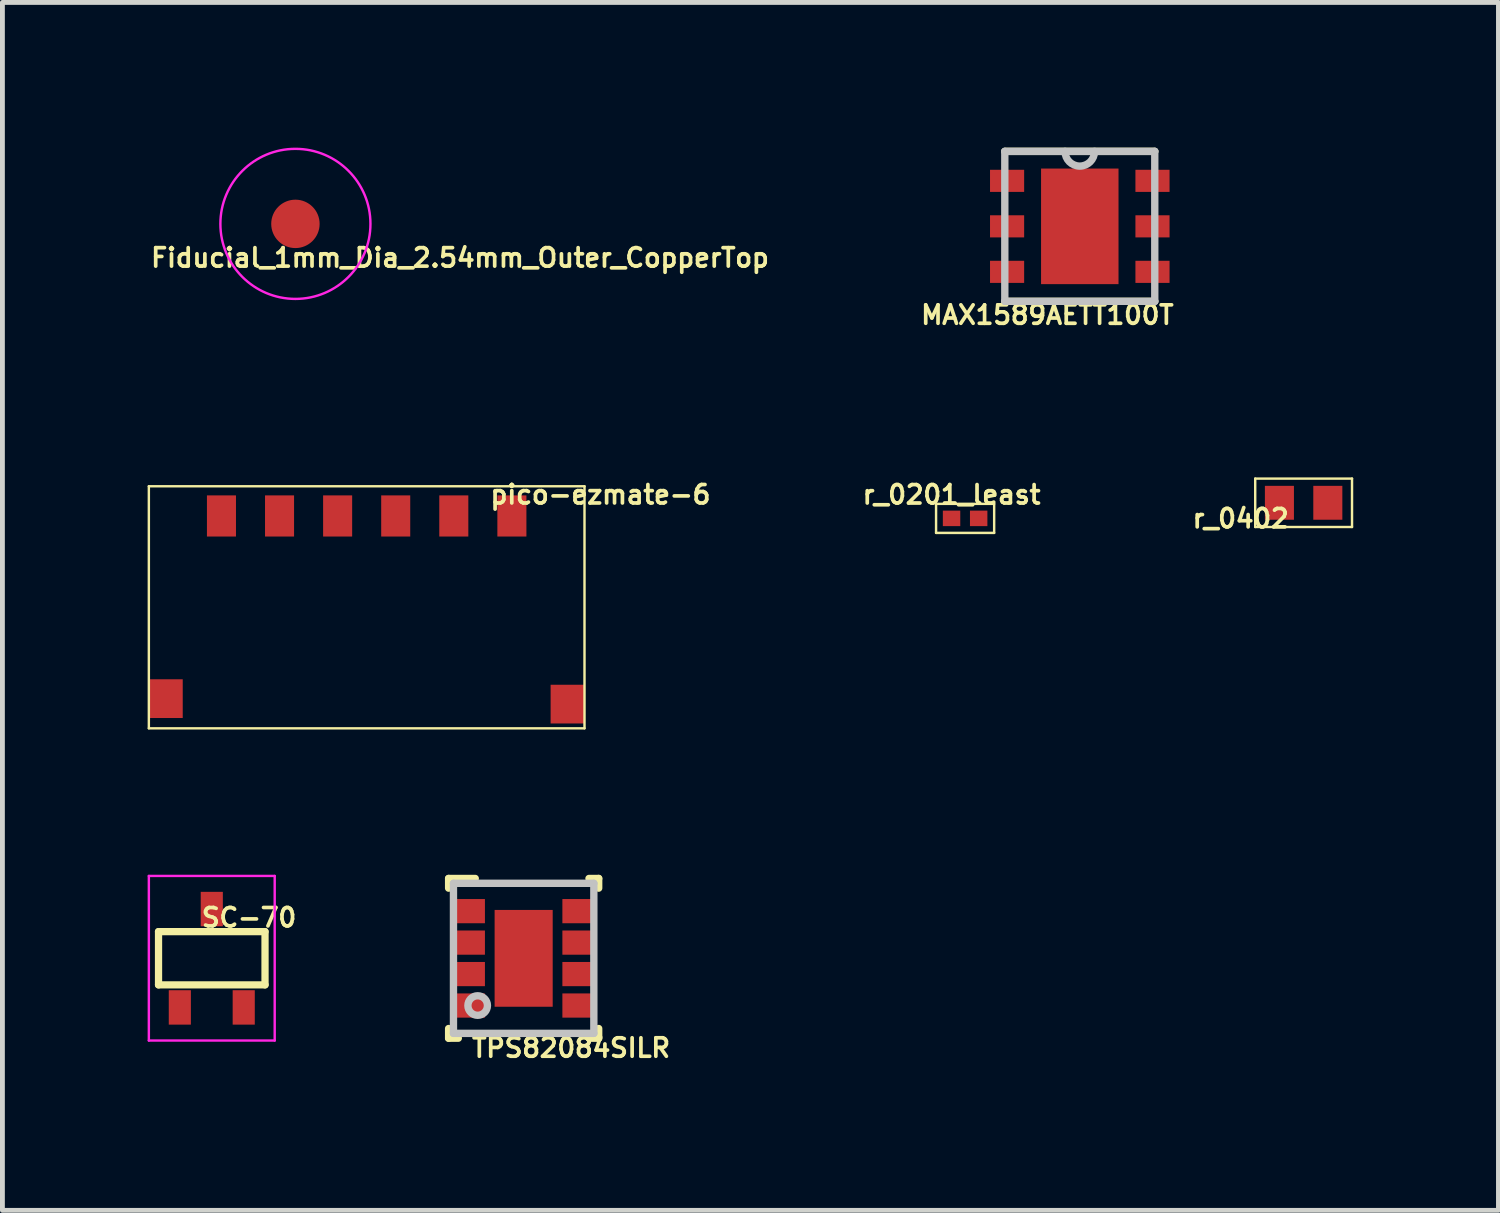
<source format=kicad_pcb>
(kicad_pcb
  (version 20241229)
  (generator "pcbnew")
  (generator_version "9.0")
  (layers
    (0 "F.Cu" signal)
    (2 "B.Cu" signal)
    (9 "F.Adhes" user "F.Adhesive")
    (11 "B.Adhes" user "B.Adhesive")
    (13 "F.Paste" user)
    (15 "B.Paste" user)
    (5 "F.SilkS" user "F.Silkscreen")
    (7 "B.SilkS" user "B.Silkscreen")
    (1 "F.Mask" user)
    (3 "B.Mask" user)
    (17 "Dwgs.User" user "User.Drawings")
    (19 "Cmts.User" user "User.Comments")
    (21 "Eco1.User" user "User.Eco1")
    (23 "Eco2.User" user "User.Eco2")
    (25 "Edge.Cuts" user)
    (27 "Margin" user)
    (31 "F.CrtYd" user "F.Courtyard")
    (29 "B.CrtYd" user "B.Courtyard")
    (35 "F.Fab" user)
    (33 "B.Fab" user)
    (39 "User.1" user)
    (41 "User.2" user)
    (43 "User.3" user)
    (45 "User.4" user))
  (footprint "pico-ezmate-6"
    (layer "F.Cu")
    (at 4.525 9.496)
    (property "Reference" "pico-ezmate-6" (at 4.83 -2.328 0) (layer "F.SilkS") (effects (font (size 0.381 0.381) (thickness 0.076))))
    (attr through_hole)
    (fp_line (start -4.5 -2.5) (end 4.5 -2.5) (stroke (width 0.05) (type solid)) (layer "F.SilkS"))
    (fp_line (start -4.5 2.5) (end -4.5 -2.5) (stroke (width 0.05) (type solid)) (layer "F.SilkS"))
    (fp_line (start 4.5 -2.5) (end 4.5 2.5) (stroke (width 0.05) (type solid)) (layer "F.SilkS"))
    (fp_line (start 4.5 2.5) (end -4.5 2.5) (stroke (width 0.05) (type solid)) (layer "F.SilkS"))
    (pad "1" smd rect (at -3 -1.887) (size 0.6 0.85) (layers "F.Cu" "F.Mask" "F.Paste"))
    (pad "2" smd rect (at -1.8 -1.887) (size 0.6 0.85) (layers "F.Cu" "F.Mask" "F.Paste"))
    (pad "3" smd rect (at -0.6 -1.887) (size 0.6 0.85) (layers "F.Cu" "F.Mask" "F.Paste"))
    (pad "4" smd rect (at 0.6 -1.887) (size 0.6 0.85) (layers "F.Cu" "F.Mask" "F.Paste"))
    (pad "5" smd rect (at 1.8 -1.887) (size 0.6 0.85) (layers "F.Cu" "F.Mask" "F.Paste"))
    (pad "6" smd rect (at 3 -1.887) (size 0.6 0.85) (layers "F.Cu" "F.Mask" "F.Paste"))
    (pad "P" smd rect (at -4.15 1.887) (size 0.7 0.8) (layers "F.Cu" "F.Mask" "F.Paste"))
    (pad "P" smd rect (at 4.15 2) (size 0.7 0.8) (layers "F.Cu" "F.Mask" "F.Paste")))
  (footprint "r_0402"
    (layer "F.Cu")
    (at 23.881 7.337)
    (property "Reference" "r_0402" (at -1.3 0.325 0) (layer "F.SilkS") (effects (font (size 0.381 0.381) (thickness 0.076))))
    (attr smd)
    (fp_line (start -1 -0.5) (end 1 -0.5) (stroke (width 0.05) (type solid)) (layer "F.SilkS"))
    (fp_line (start -1 0.5) (end -1 -0.5) (stroke (width 0.05) (type solid)) (layer "F.SilkS"))
    (fp_line (start 1 -0.5) (end 1 0.5) (stroke (width 0.05) (type solid)) (layer "F.SilkS"))
    (fp_line (start 1 0.5) (end -1 0.5) (stroke (width 0.05) (type solid)) (layer "F.SilkS"))
    (pad "1" smd rect (at -0.5 0) (size 0.6 0.7) (layers "F.Cu" "F.Mask" "F.Paste"))
    (pad "2" smd rect (at 0.5 0) (size 0.6 0.7) (layers "F.Cu" "F.Mask" "F.Paste")))
  (footprint "r_0201_least"
    (layer "F.Cu")
    (at 16.888 7.659)
    (property "Reference" "r_0201_least" (at -0.28 -0.49 0) (layer "F.SilkS") (effects (font (size 0.381 0.381) (thickness 0.076))))
    (attr smd)
    (fp_line (start -0.6 -0.3) (end 0.6 -0.3) (stroke (width 0.05) (type solid)) (layer "F.SilkS"))
    (fp_line (start -0.6 0.3) (end -0.6 -0.3) (stroke (width 0.05) (type solid)) (layer "F.SilkS"))
    (fp_line (start 0.6 -0.3) (end 0.6 0.3) (stroke (width 0.05) (type solid)) (layer "F.SilkS"))
    (fp_line (start 0.6 0.3) (end -0.6 0.3) (stroke (width 0.05) (type solid)) (layer "F.SilkS"))
    (pad "1" smd rect (at -0.28 0) (size 0.36 0.32) (layers "F.Cu" "F.Mask" "F.Paste"))
    (pad "2" smd rect (at 0.28 0) (size 0.36 0.32) (layers "F.Cu" "F.Mask" "F.Paste")))
  (footprint "TPS82084SILR"
    (layer "F.Cu")
    (at 7.768 16.748)
    (property "Reference" "TPS82084SILR" (at 0.98 1.85 0) (layer "F.SilkS") (effects (font (size 0.381 0.381) (thickness 0.076))))
    (attr through_hole)
    (fp_line (start -1.55 -1.65) (end -1 -1.65) (stroke (width 0.152) (type solid)) (layer "F.SilkS"))
    (fp_line (start -1.55 -1.45) (end -1.55 -1.65) (stroke (width 0.152) (type solid)) (layer "F.SilkS"))
    (fp_line (start -1.55 1.65) (end -1.55 1.45) (stroke (width 0.152) (type solid)) (layer "F.SilkS"))
    (fp_line (start -1.55 1.65) (end -1.35 1.65) (stroke (width 0.152) (type solid)) (layer "F.SilkS"))
    (fp_line (start 1.35 -1.65) (end 1.55 -1.65) (stroke (width 0.152) (type solid)) (layer "F.SilkS"))
    (fp_line (start 1.35 1.65) (end 1.55 1.65) (stroke (width 0.152) (type solid)) (layer "F.SilkS"))
    (fp_line (start 1.55 -1.45) (end 1.55 -1.65) (stroke (width 0.152) (type solid)) (layer "F.SilkS"))
    (fp_line (start 1.55 1.65) (end 1.55 1.45) (stroke (width 0.152) (type solid)) (layer "F.SilkS"))
    (fp_line (start -1.45 -1.55) (end 1.45 -1.55) (stroke (width 0.152) (type solid)) (layer "Dwgs.User"))
    (fp_line (start -1.45 1.55) (end -1.45 -1.55) (stroke (width 0.152) (type solid)) (layer "Dwgs.User"))
    (fp_line (start -1.45 1.55) (end 1.45 1.55) (stroke (width 0.152) (type solid)) (layer "Dwgs.User"))
    (fp_line (start 1.45 1.55) (end 1.45 -1.55) (stroke (width 0.152) (type solid)) (layer "Dwgs.User"))
    (fp_circle (center -0.95 0.975) (end -0.748 0.975) (stroke (width 0.152) (type solid)) (fill no) (layer "Dwgs.User"))
    (pad "" smd rect (at -1.1 -0.975) (size 0.5 0.4) (layers "F.Mask"))
    (pad "" smd rect (at -1.1 -0.975) (size 0.5 0.4) (layers "F.Paste"))
    (pad "" smd rect (at -1.1 -0.325) (size 0.5 0.4) (layers "F.Mask"))
    (pad "" smd rect (at -1.1 -0.325) (size 0.5 0.4) (layers "F.Paste"))
    (pad "" smd rect (at -1.1 0.325) (size 0.5 0.4) (layers "F.Mask"))
    (pad "" smd rect (at -1.1 0.325) (size 0.5 0.4) (layers "F.Paste"))
    (pad "" smd rect (at -1.1 0.975) (size 0.5 0.4) (layers "F.Mask"))
    (pad "" smd rect (at -1.1 0.975) (size 0.5 0.4) (layers "F.Paste"))
    (pad "" smd rect (at 0 0) (size 0.000003 0.8) (layers "F.Paste"))
    (pad "" smd rect (at 0 0) (size 1.1 1.9) (layers "F.Mask" "F.Paste"))
    (pad "" smd rect (at 1.1 -0.975) (size 0.5 0.4) (layers "F.Mask"))
    (pad "" smd rect (at 1.1 -0.975) (size 0.5 0.4) (layers "F.Paste"))
    (pad "" smd rect (at 1.1 -0.325) (size 0.5 0.4) (layers "F.Mask"))
    (pad "" smd rect (at 1.1 -0.325) (size 0.5 0.4) (layers "F.Paste"))
    (pad "" smd rect (at 1.1 0.325) (size 0.5 0.4) (layers "F.Mask"))
    (pad "" smd rect (at 1.1 0.325) (size 0.5 0.4) (layers "F.Paste"))
    (pad "" smd rect (at 1.1 0.975) (size 0.5 0.4) (layers "F.Mask"))
    (pad "" smd rect (at 1.1 0.975) (size 0.5 0.4) (layers "F.Paste"))
    (pad "1" smd rect (at -1.1 -0.975) (size 0.6 0.5) (layers "F.Cu"))
    (pad "2" smd rect (at -1.1 -0.325) (size 0.6 0.5) (layers "F.Cu"))
    (pad "3" smd rect (at -1.1 0.325) (size 0.6 0.5) (layers "F.Cu"))
    (pad "4" smd rect (at -1.1 0.975) (size 0.6 0.5) (layers "F.Cu"))
    (pad "5" smd rect (at 1.1 0.975) (size 0.6 0.5) (layers "F.Cu"))
    (pad "6" smd rect (at 1.1 0.325) (size 0.6 0.5) (layers "F.Cu"))
    (pad "7" smd rect (at 1.1 -0.325) (size 0.6 0.5) (layers "F.Cu"))
    (pad "8" smd rect (at 1.1 -0.975) (size 0.6 0.5) (layers "F.Cu"))
    (pad "9" smd rect (at 0 0) (size 1.2 2) (layers "F.Cu")))
  (footprint "Fiducial_1mm_Dia_2.54mm_Outer_CopperTop"
    (layer "F.Cu")
    (at 3.053 1.575)
    (property "Reference" "Fiducial_1mm_Dia_2.54mm_Outer_CopperTop" (at 3.4 0.7 0) (layer "F.SilkS") (effects (font (size 0.381 0.381) (thickness 0.076))))
    (attr exclude_from_pos_files exclude_from_bom)
    (fp_circle (center 0 0) (end 1.55 0) (stroke (width 0.05) (type solid)) (fill no) (layer "F.CrtYd"))
    (pad "~" smd circle (at 0 0) (size 1 1) (layers "F.Cu" "F.Mask")))
  (footprint "MAX1589AETT100T"
    (layer "F.Cu")
    (at 19.257 1.626)
    (property "Reference" "MAX1589AETT100T" (at -0.67 1.83 0) (layer "F.SilkS") (effects (font (size 0.381 0.381) (thickness 0.076))))
    (attr through_hole)
    (fp_line (start -1.549 1.549) (end 1.549 1.549) (stroke (width 0.152) (type solid)) (layer "F.SilkS"))
    (fp_line (start 1.549 -1.549) (end -1.549 -1.549) (stroke (width 0.152) (type solid)) (layer "F.SilkS"))
    (fp_line (start -1.549 -1.549) (end -1.549 1.549) (stroke (width 0.152) (type solid)) (layer "Dwgs.User"))
    (fp_line (start -1.549 1.549) (end 1.549 1.549) (stroke (width 0.152) (type solid)) (layer "Dwgs.User"))
    (fp_line (start 1.549 -1.549) (end -1.549 -1.549) (stroke (width 0.152) (type solid)) (layer "Dwgs.User"))
    (fp_line (start 1.549 1.549) (end 1.549 -1.549) (stroke (width 0.152) (type solid)) (layer "Dwgs.User"))
    (fp_arc (start 0.3048 -1.5494) (mid 0 -1.2446) (end -0.3048 -1.5494) (stroke (width 0.1524) (type solid)) (layer "Dwgs.User"))
    (pad "" smd rect (at 0 0) (size 0.025 0.025) (layers "F.Paste"))
    (pad "1" smd rect (at -1.502 -0.94) (size 0.705 0.457) (layers "F.Cu" "F.Mask" "F.Paste"))
    (pad "2" smd rect (at -1.502 0) (size 0.705 0.457) (layers "F.Cu" "F.Mask" "F.Paste"))
    (pad "3" smd rect (at -1.502 0.94) (size 0.705 0.457) (layers "F.Cu" "F.Mask" "F.Paste"))
    (pad "4" smd rect (at 1.502 0.94) (size 0.705 0.457) (layers "F.Cu" "F.Mask" "F.Paste"))
    (pad "5" smd rect (at 1.502 0) (size 0.705 0.457) (layers "F.Cu" "F.Mask" "F.Paste"))
    (pad "6" smd rect (at 1.502 -0.94) (size 0.705 0.457) (layers "F.Cu" "F.Mask" "F.Paste"))
    (pad "7" smd rect (at 0 0) (size 1.6 2.388) (layers "F.Cu" "F.Mask" "F.Paste")))
  (footprint "SC-70"
    (layer "F.Cu")
    (at 1.325 16.746)
    (property "Reference" "SC-70" (at 0.77 -0.84 0) (layer "F.SilkS") (effects (font (size 0.381 0.381) (thickness 0.076))))
    (attr smd)
    (fp_line (start -1.1 -0.55) (end -1.1 0.55) (stroke (width 0.15) (type solid)) (layer "F.SilkS"))
    (fp_line (start -1.1 0.55) (end 1.1 0.55) (stroke (width 0.15) (type solid)) (layer "F.SilkS"))
    (fp_line (start -1.05 -0.55) (end -1.1 -0.55) (stroke (width 0.15) (type solid)) (layer "F.SilkS"))
    (fp_line (start 1.1 -0.55) (end -1.05 -0.55) (stroke (width 0.15) (type solid)) (layer "F.SilkS"))
    (fp_line (start 1.1 0.55) (end 1.1 -0.55) (stroke (width 0.15) (type solid)) (layer "F.SilkS"))
    (fp_line (start -1.3 -1.7) (end 1.3 -1.7) (stroke (width 0.05) (type solid)) (layer "F.CrtYd"))
    (fp_line (start -1.3 1.7) (end -1.3 -1.7) (stroke (width 0.05) (type solid)) (layer "F.CrtYd"))
    (fp_line (start 1.3 -1.7) (end 1.3 1.7) (stroke (width 0.05) (type solid)) (layer "F.CrtYd"))
    (fp_line (start 1.3 1.7) (end -1.3 1.7) (stroke (width 0.05) (type solid)) (layer "F.CrtYd"))
    (pad "1" smd rect (at -0.66 1.016) (size 0.457 0.711) (layers "F.Cu" "F.Mask" "F.Paste"))
    (pad "2" smd rect (at 0.66 1.016) (size 0.457 0.711) (layers "F.Cu" "F.Mask" "F.Paste"))
    (pad "3" smd rect (at 0 -1.016) (size 0.457 0.711) (layers "F.Cu" "F.Mask" "F.Paste")))
  (gr_rect
    (start -3 -3)
    (end 27.906 21.954)
    (stroke (width 0.1) (type default))
    (fill no)
    (layer "Edge.Cuts")))
</source>
